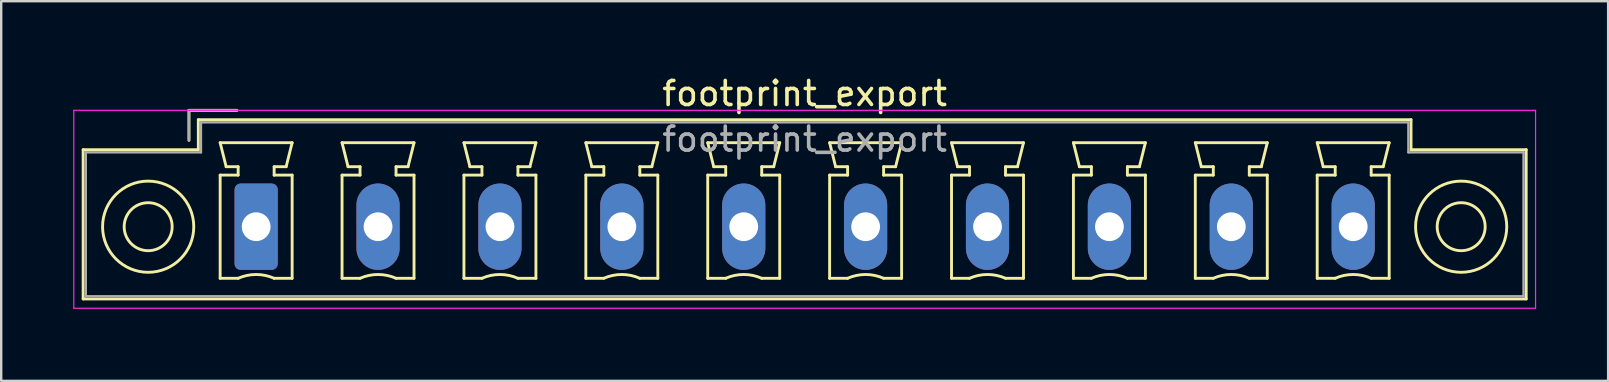
<source format=kicad_pcb>
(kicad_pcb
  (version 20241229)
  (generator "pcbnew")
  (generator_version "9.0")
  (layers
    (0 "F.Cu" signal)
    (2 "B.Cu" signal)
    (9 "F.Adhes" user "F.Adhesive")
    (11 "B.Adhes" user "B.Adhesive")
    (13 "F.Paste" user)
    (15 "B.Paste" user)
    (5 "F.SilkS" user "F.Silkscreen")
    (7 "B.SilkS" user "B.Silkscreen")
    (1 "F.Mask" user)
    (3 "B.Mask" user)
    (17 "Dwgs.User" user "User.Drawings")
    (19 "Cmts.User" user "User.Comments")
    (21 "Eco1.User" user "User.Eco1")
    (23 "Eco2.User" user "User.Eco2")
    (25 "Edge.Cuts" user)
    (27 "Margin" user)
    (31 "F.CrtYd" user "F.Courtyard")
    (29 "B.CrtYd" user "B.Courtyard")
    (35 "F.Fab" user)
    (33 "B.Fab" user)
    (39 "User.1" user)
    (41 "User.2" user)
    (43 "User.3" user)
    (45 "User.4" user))
  (footprint "footprint_export"
    (layer "F.Cu")
    (at 7.625 6.398)
    (property "Reference" "footprint_export" (at 22.86 -5.55 0) (layer "F.SilkS") (effects (font (size 1 1) (thickness 0.15))))
    (attr through_hole)
    (fp_line (start -7.21 -3.21) (end -7.21 3.01) (stroke (width 0.12) (type solid)) (layer "F.SilkS"))
    (fp_line (start -7.21 3.01) (end 52.93 3.01) (stroke (width 0.12) (type solid)) (layer "F.SilkS"))
    (fp_line (start -2.8 -4.85) (end -0.8 -4.85) (stroke (width 0.12) (type solid)) (layer "F.SilkS"))
    (fp_line (start -2.8 -3.6) (end -2.8 -4.85) (stroke (width 0.12) (type solid)) (layer "F.SilkS"))
    (fp_line (start -2.41 -4.46) (end -2.41 -3.21) (stroke (width 0.12) (type solid)) (layer "F.SilkS"))
    (fp_line (start -2.41 -3.21) (end -7.21 -3.21) (stroke (width 0.12) (type solid)) (layer "F.SilkS"))
    (fp_line (start -1.5 -3.5) (end 1.5 -3.5) (stroke (width 0.12) (type solid)) (layer "F.SilkS"))
    (fp_line (start -1.5 -2.15) (end -0.75 -2.15) (stroke (width 0.12) (type solid)) (layer "F.SilkS"))
    (fp_line (start -1.5 2.15) (end -1.5 -2.15) (stroke (width 0.12) (type solid)) (layer "F.SilkS"))
    (fp_line (start -1.25 -2.5) (end -1.5 -3.5) (stroke (width 0.12) (type solid)) (layer "F.SilkS"))
    (fp_line (start -0.75 -2.5) (end -1.25 -2.5) (stroke (width 0.12) (type solid)) (layer "F.SilkS"))
    (fp_line (start -0.75 -2.15) (end -0.75 -2.5) (stroke (width 0.12) (type solid)) (layer "F.SilkS"))
    (fp_line (start -0.75 2.15) (end -1.5 2.15) (stroke (width 0.12) (type solid)) (layer "F.SilkS"))
    (fp_line (start 0.75 -2.5) (end 0.75 -2.15) (stroke (width 0.12) (type solid)) (layer "F.SilkS"))
    (fp_line (start 0.75 -2.15) (end 1.5 -2.15) (stroke (width 0.12) (type solid)) (layer "F.SilkS"))
    (fp_line (start 1.25 -2.5) (end 0.75 -2.5) (stroke (width 0.12) (type solid)) (layer "F.SilkS"))
    (fp_line (start 1.5 -3.5) (end 1.25 -2.5) (stroke (width 0.12) (type solid)) (layer "F.SilkS"))
    (fp_line (start 1.5 -2.15) (end 1.5 2.15) (stroke (width 0.12) (type solid)) (layer "F.SilkS"))
    (fp_line (start 1.5 2.15) (end 0.75 2.15) (stroke (width 0.12) (type solid)) (layer "F.SilkS"))
    (fp_line (start 3.58 -3.5) (end 6.58 -3.5) (stroke (width 0.12) (type solid)) (layer "F.SilkS"))
    (fp_line (start 3.58 -2.15) (end 4.33 -2.15) (stroke (width 0.12) (type solid)) (layer "F.SilkS"))
    (fp_line (start 3.58 2.15) (end 3.58 -2.15) (stroke (width 0.12) (type solid)) (layer "F.SilkS"))
    (fp_line (start 3.83 -2.5) (end 3.58 -3.5) (stroke (width 0.12) (type solid)) (layer "F.SilkS"))
    (fp_line (start 4.33 -2.5) (end 3.83 -2.5) (stroke (width 0.12) (type solid)) (layer "F.SilkS"))
    (fp_line (start 4.33 -2.15) (end 4.33 -2.5) (stroke (width 0.12) (type solid)) (layer "F.SilkS"))
    (fp_line (start 4.33 2.15) (end 3.58 2.15) (stroke (width 0.12) (type solid)) (layer "F.SilkS"))
    (fp_line (start 5.83 -2.5) (end 5.83 -2.15) (stroke (width 0.12) (type solid)) (layer "F.SilkS"))
    (fp_line (start 5.83 -2.15) (end 6.58 -2.15) (stroke (width 0.12) (type solid)) (layer "F.SilkS"))
    (fp_line (start 6.33 -2.5) (end 5.83 -2.5) (stroke (width 0.12) (type solid)) (layer "F.SilkS"))
    (fp_line (start 6.58 -3.5) (end 6.33 -2.5) (stroke (width 0.12) (type solid)) (layer "F.SilkS"))
    (fp_line (start 6.58 -2.15) (end 6.58 2.15) (stroke (width 0.12) (type solid)) (layer "F.SilkS"))
    (fp_line (start 6.58 2.15) (end 5.83 2.15) (stroke (width 0.12) (type solid)) (layer "F.SilkS"))
    (fp_line (start 8.66 -3.5) (end 11.66 -3.5) (stroke (width 0.12) (type solid)) (layer "F.SilkS"))
    (fp_line (start 8.66 -2.15) (end 9.41 -2.15) (stroke (width 0.12) (type solid)) (layer "F.SilkS"))
    (fp_line (start 8.66 2.15) (end 8.66 -2.15) (stroke (width 0.12) (type solid)) (layer "F.SilkS"))
    (fp_line (start 8.91 -2.5) (end 8.66 -3.5) (stroke (width 0.12) (type solid)) (layer "F.SilkS"))
    (fp_line (start 9.41 -2.5) (end 8.91 -2.5) (stroke (width 0.12) (type solid)) (layer "F.SilkS"))
    (fp_line (start 9.41 -2.15) (end 9.41 -2.5) (stroke (width 0.12) (type solid)) (layer "F.SilkS"))
    (fp_line (start 9.41 2.15) (end 8.66 2.15) (stroke (width 0.12) (type solid)) (layer "F.SilkS"))
    (fp_line (start 10.91 -2.5) (end 10.91 -2.15) (stroke (width 0.12) (type solid)) (layer "F.SilkS"))
    (fp_line (start 10.91 -2.15) (end 11.66 -2.15) (stroke (width 0.12) (type solid)) (layer "F.SilkS"))
    (fp_line (start 11.41 -2.5) (end 10.91 -2.5) (stroke (width 0.12) (type solid)) (layer "F.SilkS"))
    (fp_line (start 11.66 -3.5) (end 11.41 -2.5) (stroke (width 0.12) (type solid)) (layer "F.SilkS"))
    (fp_line (start 11.66 -2.15) (end 11.66 2.15) (stroke (width 0.12) (type solid)) (layer "F.SilkS"))
    (fp_line (start 11.66 2.15) (end 10.91 2.15) (stroke (width 0.12) (type solid)) (layer "F.SilkS"))
    (fp_line (start 13.74 -3.5) (end 16.74 -3.5) (stroke (width 0.12) (type solid)) (layer "F.SilkS"))
    (fp_line (start 13.74 -2.15) (end 14.49 -2.15) (stroke (width 0.12) (type solid)) (layer "F.SilkS"))
    (fp_line (start 13.74 2.15) (end 13.74 -2.15) (stroke (width 0.12) (type solid)) (layer "F.SilkS"))
    (fp_line (start 13.99 -2.5) (end 13.74 -3.5) (stroke (width 0.12) (type solid)) (layer "F.SilkS"))
    (fp_line (start 14.49 -2.5) (end 13.99 -2.5) (stroke (width 0.12) (type solid)) (layer "F.SilkS"))
    (fp_line (start 14.49 -2.15) (end 14.49 -2.5) (stroke (width 0.12) (type solid)) (layer "F.SilkS"))
    (fp_line (start 14.49 2.15) (end 13.74 2.15) (stroke (width 0.12) (type solid)) (layer "F.SilkS"))
    (fp_line (start 15.99 -2.5) (end 15.99 -2.15) (stroke (width 0.12) (type solid)) (layer "F.SilkS"))
    (fp_line (start 15.99 -2.15) (end 16.74 -2.15) (stroke (width 0.12) (type solid)) (layer "F.SilkS"))
    (fp_line (start 16.49 -2.5) (end 15.99 -2.5) (stroke (width 0.12) (type solid)) (layer "F.SilkS"))
    (fp_line (start 16.74 -3.5) (end 16.49 -2.5) (stroke (width 0.12) (type solid)) (layer "F.SilkS"))
    (fp_line (start 16.74 -2.15) (end 16.74 2.15) (stroke (width 0.12) (type solid)) (layer "F.SilkS"))
    (fp_line (start 16.74 2.15) (end 15.99 2.15) (stroke (width 0.12) (type solid)) (layer "F.SilkS"))
    (fp_line (start 18.82 -3.5) (end 21.82 -3.5) (stroke (width 0.12) (type solid)) (layer "F.SilkS"))
    (fp_line (start 18.82 -2.15) (end 19.57 -2.15) (stroke (width 0.12) (type solid)) (layer "F.SilkS"))
    (fp_line (start 18.82 2.15) (end 18.82 -2.15) (stroke (width 0.12) (type solid)) (layer "F.SilkS"))
    (fp_line (start 19.07 -2.5) (end 18.82 -3.5) (stroke (width 0.12) (type solid)) (layer "F.SilkS"))
    (fp_line (start 19.57 -2.5) (end 19.07 -2.5) (stroke (width 0.12) (type solid)) (layer "F.SilkS"))
    (fp_line (start 19.57 -2.15) (end 19.57 -2.5) (stroke (width 0.12) (type solid)) (layer "F.SilkS"))
    (fp_line (start 19.57 2.15) (end 18.82 2.15) (stroke (width 0.12) (type solid)) (layer "F.SilkS"))
    (fp_line (start 21.07 -2.5) (end 21.07 -2.15) (stroke (width 0.12) (type solid)) (layer "F.SilkS"))
    (fp_line (start 21.07 -2.15) (end 21.82 -2.15) (stroke (width 0.12) (type solid)) (layer "F.SilkS"))
    (fp_line (start 21.57 -2.5) (end 21.07 -2.5) (stroke (width 0.12) (type solid)) (layer "F.SilkS"))
    (fp_line (start 21.82 -3.5) (end 21.57 -2.5) (stroke (width 0.12) (type solid)) (layer "F.SilkS"))
    (fp_line (start 21.82 -2.15) (end 21.82 2.15) (stroke (width 0.12) (type solid)) (layer "F.SilkS"))
    (fp_line (start 21.82 2.15) (end 21.07 2.15) (stroke (width 0.12) (type solid)) (layer "F.SilkS"))
    (fp_line (start 23.9 -3.5) (end 26.9 -3.5) (stroke (width 0.12) (type solid)) (layer "F.SilkS"))
    (fp_line (start 23.9 -2.15) (end 24.65 -2.15) (stroke (width 0.12) (type solid)) (layer "F.SilkS"))
    (fp_line (start 23.9 2.15) (end 23.9 -2.15) (stroke (width 0.12) (type solid)) (layer "F.SilkS"))
    (fp_line (start 24.15 -2.5) (end 23.9 -3.5) (stroke (width 0.12) (type solid)) (layer "F.SilkS"))
    (fp_line (start 24.65 -2.5) (end 24.15 -2.5) (stroke (width 0.12) (type solid)) (layer "F.SilkS"))
    (fp_line (start 24.65 -2.15) (end 24.65 -2.5) (stroke (width 0.12) (type solid)) (layer "F.SilkS"))
    (fp_line (start 24.65 2.15) (end 23.9 2.15) (stroke (width 0.12) (type solid)) (layer "F.SilkS"))
    (fp_line (start 26.15 -2.5) (end 26.15 -2.15) (stroke (width 0.12) (type solid)) (layer "F.SilkS"))
    (fp_line (start 26.15 -2.15) (end 26.9 -2.15) (stroke (width 0.12) (type solid)) (layer "F.SilkS"))
    (fp_line (start 26.65 -2.5) (end 26.15 -2.5) (stroke (width 0.12) (type solid)) (layer "F.SilkS"))
    (fp_line (start 26.9 -3.5) (end 26.65 -2.5) (stroke (width 0.12) (type solid)) (layer "F.SilkS"))
    (fp_line (start 26.9 -2.15) (end 26.9 2.15) (stroke (width 0.12) (type solid)) (layer "F.SilkS"))
    (fp_line (start 26.9 2.15) (end 26.15 2.15) (stroke (width 0.12) (type solid)) (layer "F.SilkS"))
    (fp_line (start 28.98 -3.5) (end 31.98 -3.5) (stroke (width 0.12) (type solid)) (layer "F.SilkS"))
    (fp_line (start 28.98 -2.15) (end 29.73 -2.15) (stroke (width 0.12) (type solid)) (layer "F.SilkS"))
    (fp_line (start 28.98 2.15) (end 28.98 -2.15) (stroke (width 0.12) (type solid)) (layer "F.SilkS"))
    (fp_line (start 29.23 -2.5) (end 28.98 -3.5) (stroke (width 0.12) (type solid)) (layer "F.SilkS"))
    (fp_line (start 29.73 -2.5) (end 29.23 -2.5) (stroke (width 0.12) (type solid)) (layer "F.SilkS"))
    (fp_line (start 29.73 -2.15) (end 29.73 -2.5) (stroke (width 0.12) (type solid)) (layer "F.SilkS"))
    (fp_line (start 29.73 2.15) (end 28.98 2.15) (stroke (width 0.12) (type solid)) (layer "F.SilkS"))
    (fp_line (start 31.23 -2.5) (end 31.23 -2.15) (stroke (width 0.12) (type solid)) (layer "F.SilkS"))
    (fp_line (start 31.23 -2.15) (end 31.98 -2.15) (stroke (width 0.12) (type solid)) (layer "F.SilkS"))
    (fp_line (start 31.73 -2.5) (end 31.23 -2.5) (stroke (width 0.12) (type solid)) (layer "F.SilkS"))
    (fp_line (start 31.98 -3.5) (end 31.73 -2.5) (stroke (width 0.12) (type solid)) (layer "F.SilkS"))
    (fp_line (start 31.98 -2.15) (end 31.98 2.15) (stroke (width 0.12) (type solid)) (layer "F.SilkS"))
    (fp_line (start 31.98 2.15) (end 31.23 2.15) (stroke (width 0.12) (type solid)) (layer "F.SilkS"))
    (fp_line (start 34.06 -3.5) (end 37.06 -3.5) (stroke (width 0.12) (type solid)) (layer "F.SilkS"))
    (fp_line (start 34.06 -2.15) (end 34.81 -2.15) (stroke (width 0.12) (type solid)) (layer "F.SilkS"))
    (fp_line (start 34.06 2.15) (end 34.06 -2.15) (stroke (width 0.12) (type solid)) (layer "F.SilkS"))
    (fp_line (start 34.31 -2.5) (end 34.06 -3.5) (stroke (width 0.12) (type solid)) (layer "F.SilkS"))
    (fp_line (start 34.81 -2.5) (end 34.31 -2.5) (stroke (width 0.12) (type solid)) (layer "F.SilkS"))
    (fp_line (start 34.81 -2.15) (end 34.81 -2.5) (stroke (width 0.12) (type solid)) (layer "F.SilkS"))
    (fp_line (start 34.81 2.15) (end 34.06 2.15) (stroke (width 0.12) (type solid)) (layer "F.SilkS"))
    (fp_line (start 36.31 -2.5) (end 36.31 -2.15) (stroke (width 0.12) (type solid)) (layer "F.SilkS"))
    (fp_line (start 36.31 -2.15) (end 37.06 -2.15) (stroke (width 0.12) (type solid)) (layer "F.SilkS"))
    (fp_line (start 36.81 -2.5) (end 36.31 -2.5) (stroke (width 0.12) (type solid)) (layer "F.SilkS"))
    (fp_line (start 37.06 -3.5) (end 36.81 -2.5) (stroke (width 0.12) (type solid)) (layer "F.SilkS"))
    (fp_line (start 37.06 -2.15) (end 37.06 2.15) (stroke (width 0.12) (type solid)) (layer "F.SilkS"))
    (fp_line (start 37.06 2.15) (end 36.31 2.15) (stroke (width 0.12) (type solid)) (layer "F.SilkS"))
    (fp_line (start 39.14 -3.5) (end 42.14 -3.5) (stroke (width 0.12) (type solid)) (layer "F.SilkS"))
    (fp_line (start 39.14 -2.15) (end 39.89 -2.15) (stroke (width 0.12) (type solid)) (layer "F.SilkS"))
    (fp_line (start 39.14 2.15) (end 39.14 -2.15) (stroke (width 0.12) (type solid)) (layer "F.SilkS"))
    (fp_line (start 39.39 -2.5) (end 39.14 -3.5) (stroke (width 0.12) (type solid)) (layer "F.SilkS"))
    (fp_line (start 39.89 -2.5) (end 39.39 -2.5) (stroke (width 0.12) (type solid)) (layer "F.SilkS"))
    (fp_line (start 39.89 -2.15) (end 39.89 -2.5) (stroke (width 0.12) (type solid)) (layer "F.SilkS"))
    (fp_line (start 39.89 2.15) (end 39.14 2.15) (stroke (width 0.12) (type solid)) (layer "F.SilkS"))
    (fp_line (start 41.39 -2.5) (end 41.39 -2.15) (stroke (width 0.12) (type solid)) (layer "F.SilkS"))
    (fp_line (start 41.39 -2.15) (end 42.14 -2.15) (stroke (width 0.12) (type solid)) (layer "F.SilkS"))
    (fp_line (start 41.89 -2.5) (end 41.39 -2.5) (stroke (width 0.12) (type solid)) (layer "F.SilkS"))
    (fp_line (start 42.14 -3.5) (end 41.89 -2.5) (stroke (width 0.12) (type solid)) (layer "F.SilkS"))
    (fp_line (start 42.14 -2.15) (end 42.14 2.15) (stroke (width 0.12) (type solid)) (layer "F.SilkS"))
    (fp_line (start 42.14 2.15) (end 41.39 2.15) (stroke (width 0.12) (type solid)) (layer "F.SilkS"))
    (fp_line (start 44.22 -3.5) (end 47.22 -3.5) (stroke (width 0.12) (type solid)) (layer "F.SilkS"))
    (fp_line (start 44.22 -2.15) (end 44.97 -2.15) (stroke (width 0.12) (type solid)) (layer "F.SilkS"))
    (fp_line (start 44.22 2.15) (end 44.22 -2.15) (stroke (width 0.12) (type solid)) (layer "F.SilkS"))
    (fp_line (start 44.47 -2.5) (end 44.22 -3.5) (stroke (width 0.12) (type solid)) (layer "F.SilkS"))
    (fp_line (start 44.97 -2.5) (end 44.47 -2.5) (stroke (width 0.12) (type solid)) (layer "F.SilkS"))
    (fp_line (start 44.97 -2.15) (end 44.97 -2.5) (stroke (width 0.12) (type solid)) (layer "F.SilkS"))
    (fp_line (start 44.97 2.15) (end 44.22 2.15) (stroke (width 0.12) (type solid)) (layer "F.SilkS"))
    (fp_line (start 46.47 -2.5) (end 46.47 -2.15) (stroke (width 0.12) (type solid)) (layer "F.SilkS"))
    (fp_line (start 46.47 -2.15) (end 47.22 -2.15) (stroke (width 0.12) (type solid)) (layer "F.SilkS"))
    (fp_line (start 46.97 -2.5) (end 46.47 -2.5) (stroke (width 0.12) (type solid)) (layer "F.SilkS"))
    (fp_line (start 47.22 -3.5) (end 46.97 -2.5) (stroke (width 0.12) (type solid)) (layer "F.SilkS"))
    (fp_line (start 47.22 -2.15) (end 47.22 2.15) (stroke (width 0.12) (type solid)) (layer "F.SilkS"))
    (fp_line (start 47.22 2.15) (end 46.47 2.15) (stroke (width 0.12) (type solid)) (layer "F.SilkS"))
    (fp_line (start 48.13 -4.46) (end -2.41 -4.46) (stroke (width 0.12) (type solid)) (layer "F.SilkS"))
    (fp_line (start 48.13 -3.21) (end 48.13 -4.46) (stroke (width 0.12) (type solid)) (layer "F.SilkS"))
    (fp_line (start 52.93 -3.21) (end 48.13 -3.21) (stroke (width 0.12) (type solid)) (layer "F.SilkS"))
    (fp_line (start 52.93 3.01) (end 52.93 -3.21) (stroke (width 0.12) (type solid)) (layer "F.SilkS"))
    (fp_arc (start -0.75 2.15) (mid -0.000193 1.99191) (end 0.749647 2.149844) (stroke (width 0.12) (type solid)) (layer "F.SilkS"))
    (fp_arc (start 4.33 2.15) (mid 5.079807 1.99191) (end 5.829647 2.149844) (stroke (width 0.12) (type solid)) (layer "F.SilkS"))
    (fp_arc (start 9.41 2.15) (mid 10.159807 1.99191) (end 10.909647 2.149844) (stroke (width 0.12) (type solid)) (layer "F.SilkS"))
    (fp_arc (start 14.49 2.15) (mid 15.239807 1.99191) (end 15.989647 2.149844) (stroke (width 0.12) (type solid)) (layer "F.SilkS"))
    (fp_arc (start 19.57 2.15) (mid 20.319807 1.99191) (end 21.069647 2.149844) (stroke (width 0.12) (type solid)) (layer "F.SilkS"))
    (fp_arc (start 24.65 2.15) (mid 25.399807 1.99191) (end 26.149647 2.149844) (stroke (width 0.12) (type solid)) (layer "F.SilkS"))
    (fp_arc (start 29.73 2.15) (mid 30.479807 1.99191) (end 31.229647 2.149844) (stroke (width 0.12) (type solid)) (layer "F.SilkS"))
    (fp_arc (start 34.81 2.15) (mid 35.559807 1.99191) (end 36.309647 2.149844) (stroke (width 0.12) (type solid)) (layer "F.SilkS"))
    (fp_arc (start 39.89 2.15) (mid 40.639807 1.99191) (end 41.389647 2.149844) (stroke (width 0.12) (type solid)) (layer "F.SilkS"))
    (fp_arc (start 44.97 2.15) (mid 45.719807 1.99191) (end 46.469647 2.149844) (stroke (width 0.12) (type solid)) (layer "F.SilkS"))
    (fp_circle (center -4.5 0) (end -3.5 0) (stroke (width 0.12) (type solid)) (fill no) (layer "F.SilkS"))
    (fp_circle (center -4.5 0) (end -2.6 0) (stroke (width 0.12) (type solid)) (fill no) (layer "F.SilkS"))
    (fp_circle (center 50.22 0) (end 51.22 0) (stroke (width 0.12) (type solid)) (fill no) (layer "F.SilkS"))
    (fp_circle (center 50.22 0) (end 52.12 0) (stroke (width 0.12) (type solid)) (fill no) (layer "F.SilkS"))
    (fp_line (start -7.6 -4.85) (end -7.6 3.4) (stroke (width 0.05) (type solid)) (layer "F.CrtYd"))
    (fp_line (start -7.6 3.4) (end 53.32 3.4) (stroke (width 0.05) (type solid)) (layer "F.CrtYd"))
    (fp_line (start 53.32 -4.85) (end -7.6 -4.85) (stroke (width 0.05) (type solid)) (layer "F.CrtYd"))
    (fp_line (start 53.32 3.4) (end 53.32 -4.85) (stroke (width 0.05) (type solid)) (layer "F.CrtYd"))
    (fp_line (start -7.1 -3.1) (end -7.1 2.9) (stroke (width 0.1) (type solid)) (layer "F.Fab"))
    (fp_line (start -7.1 2.9) (end 52.82 2.9) (stroke (width 0.1) (type solid)) (layer "F.Fab"))
    (fp_line (start -2.8 -4.85) (end -0.8 -4.85) (stroke (width 0.1) (type solid)) (layer "F.Fab"))
    (fp_line (start -2.8 -3.6) (end -2.8 -4.85) (stroke (width 0.1) (type solid)) (layer "F.Fab"))
    (fp_line (start -2.3 -4.35) (end -2.3 -3.1) (stroke (width 0.1) (type solid)) (layer "F.Fab"))
    (fp_line (start -2.3 -3.1) (end -7.1 -3.1) (stroke (width 0.1) (type solid)) (layer "F.Fab"))
    (fp_line (start 48.02 -4.35) (end -2.3 -4.35) (stroke (width 0.1) (type solid)) (layer "F.Fab"))
    (fp_line (start 48.02 -3.1) (end 48.02 -4.35) (stroke (width 0.1) (type solid)) (layer "F.Fab"))
    (fp_line (start 52.82 -3.1) (end 48.02 -3.1) (stroke (width 0.1) (type solid)) (layer "F.Fab"))
    (fp_line (start 52.82 2.9) (end 52.82 -3.1) (stroke (width 0.1) (type solid)) (layer "F.Fab"))
    (fp_text user "${REFERENCE}" (at 22.86 -3.65 0) (layer "F.Fab") (effects (font (size 1 1) (thickness 0.15))))
    (pad "1" thru_hole roundrect (at 0 0) (size 1.8 3.6) (drill 1.2) (layers "*.Cu" "*.Mask") (roundrect_rratio 0.139))
    (pad "2" thru_hole oval (at 5.08 0) (size 1.8 3.6) (drill 1.2) (layers "*.Cu" "*.Mask"))
    (pad "3" thru_hole oval (at 10.16 0) (size 1.8 3.6) (drill 1.2) (layers "*.Cu" "*.Mask"))
    (pad "4" thru_hole oval (at 15.24 0) (size 1.8 3.6) (drill 1.2) (layers "*.Cu" "*.Mask"))
    (pad "5" thru_hole oval (at 20.32 0) (size 1.8 3.6) (drill 1.2) (layers "*.Cu" "*.Mask"))
    (pad "6" thru_hole oval (at 25.4 0) (size 1.8 3.6) (drill 1.2) (layers "*.Cu" "*.Mask"))
    (pad "7" thru_hole oval (at 30.48 0) (size 1.8 3.6) (drill 1.2) (layers "*.Cu" "*.Mask"))
    (pad "8" thru_hole oval (at 35.56 0) (size 1.8 3.6) (drill 1.2) (layers "*.Cu" "*.Mask"))
    (pad "9" thru_hole oval (at 40.64 0) (size 1.8 3.6) (drill 1.2) (layers "*.Cu" "*.Mask"))
    (pad "10" thru_hole oval (at 45.72 0) (size 1.8 3.6) (drill 1.2) (layers "*.Cu" "*.Mask")))
  (gr_rect
    (start -3 -3)
    (end 63.97 12.823)
    (stroke (width 0.1) (type default))
    (fill no)
    (layer "Edge.Cuts")))
</source>
